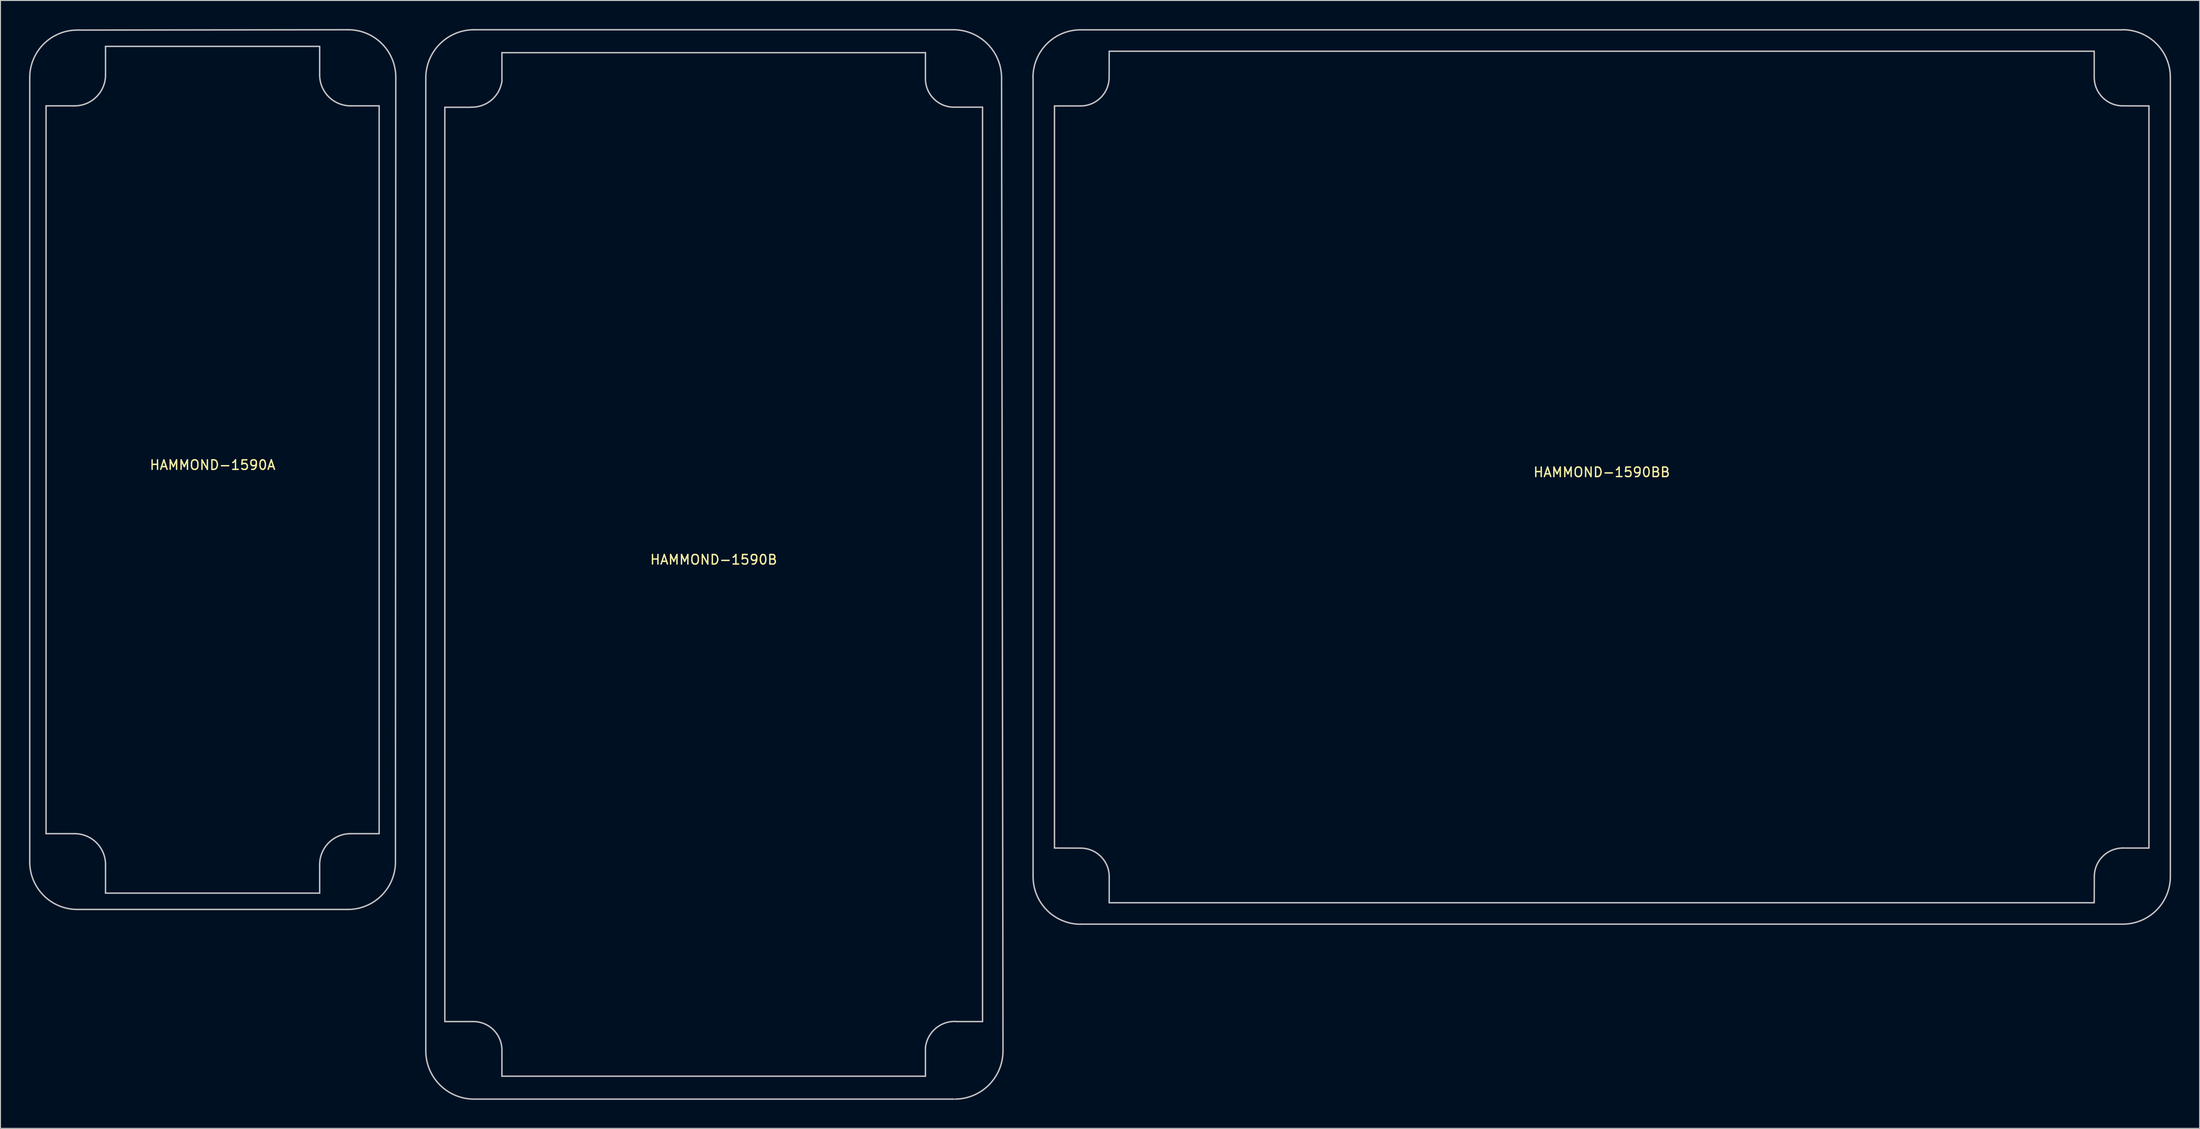
<source format=kicad_pcb>
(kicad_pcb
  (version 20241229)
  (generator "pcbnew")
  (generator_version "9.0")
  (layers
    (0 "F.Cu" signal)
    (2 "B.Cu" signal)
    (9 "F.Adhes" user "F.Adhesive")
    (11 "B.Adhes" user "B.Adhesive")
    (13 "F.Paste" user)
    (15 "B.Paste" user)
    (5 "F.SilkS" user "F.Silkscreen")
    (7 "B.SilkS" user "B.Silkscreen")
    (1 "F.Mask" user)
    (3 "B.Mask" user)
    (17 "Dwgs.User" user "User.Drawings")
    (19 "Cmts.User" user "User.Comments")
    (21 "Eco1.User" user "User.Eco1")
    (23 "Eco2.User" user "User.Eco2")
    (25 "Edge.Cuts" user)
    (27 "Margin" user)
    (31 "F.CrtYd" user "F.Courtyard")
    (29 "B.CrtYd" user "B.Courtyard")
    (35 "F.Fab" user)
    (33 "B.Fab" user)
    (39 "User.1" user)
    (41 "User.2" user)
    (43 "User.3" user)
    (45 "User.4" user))
  (footprint "HAMMOND-1590A"
    (layer "F.Cu")
    (at 19.289 46.325)
    (property "Reference" "HAMMOND-1590A" (at 0 -0.5 0) (unlocked yes) (layer "F.SilkS") (effects (font (size 1 1) (thickness 0.15))))
    (fp_line (start -19.214 -41.214) (end -19.214 41.214) (stroke (width 0.15) (type solid)) (layer "Dwgs.User"))
    (fp_line (start -17.5 -38.25) (end -17.5 38.25) (stroke (width 0.15) (type solid)) (layer "Dwgs.User"))
    (fp_line (start -17.5 -38.25) (end -14.5 -38.25) (stroke (width 0.15) (type solid)) (layer "Dwgs.User"))
    (fp_line (start -17.5 38.25) (end -14.5 38.25) (stroke (width 0.15) (type solid)) (layer "Dwgs.User"))
    (fp_line (start -14.214 46.214) (end 14.214 46.214) (stroke (width 0.15) (type solid)) (layer "Dwgs.User"))
    (fp_line (start -11.25 44.5) (end -11.25 41.5) (stroke (width 0.15) (type solid)) (layer "Dwgs.User"))
    (fp_line (start -11.25 -44.5) (end -11.25 -41.5) (stroke (width 0.15) (type solid)) (layer "Dwgs.User"))
    (fp_line (start -11.25 -44.5) (end 11.25 -44.5) (stroke (width 0.15) (type solid)) (layer "Dwgs.User"))
    (fp_line (start 11.25 44.5) (end -11.25 44.5) (stroke (width 0.15) (type solid)) (layer "Dwgs.User"))
    (fp_line (start 11.25 44.5) (end 11.25 41.5) (stroke (width 0.15) (type solid)) (layer "Dwgs.User"))
    (fp_line (start 11.25 -44.5) (end 11.25 -41.5) (stroke (width 0.15) (type solid)) (layer "Dwgs.User"))
    (fp_line (start 14.25 -46.25) (end -14.214 -46.214) (stroke (width 0.15) (type solid)) (layer "Dwgs.User"))
    (fp_line (start 17.5 38.25) (end 14.5 38.25) (stroke (width 0.15) (type solid)) (layer "Dwgs.User"))
    (fp_line (start 17.5 -38.25) (end 14.5 -38.25) (stroke (width 0.15) (type solid)) (layer "Dwgs.User"))
    (fp_line (start 17.5 38.25) (end 17.5 -38.25) (stroke (width 0.15) (type solid)) (layer "Dwgs.User"))
    (fp_line (start 19.214 41.214) (end 19.25 -41.25) (stroke (width 0.15) (type solid)) (layer "Dwgs.User"))
    (fp_arc (start -19.214465 -41.214468) (mid -17.750017 -44.75002) (end -14.214465 -46.214468) (stroke (width 0.15) (type solid)) (layer "Dwgs.User"))
    (fp_arc (start -14.499999 38.249998) (mid -12.201902 39.201901) (end -11.249999 41.499998) (stroke (width 0.15) (type solid)) (layer "Dwgs.User"))
    (fp_arc (start -14.214465 46.214464) (mid -17.750012 44.750011) (end -19.214465 41.214464) (stroke (width 0.15) (type solid)) (layer "Dwgs.User"))
    (fp_arc (start -11.25 -41.5) (mid -12.201903 -39.201903) (end -14.5 -38.25) (stroke (width 0.15) (type solid)) (layer "Dwgs.User"))
    (fp_arc (start 11.249999 41.499997) (mid 12.201902 39.2019) (end 14.499999 38.249997) (stroke (width 0.15) (type solid)) (layer "Dwgs.User"))
    (fp_arc (start 14.250001 -46.250002) (mid 17.785531 -44.785532) (end 19.250001 -41.250002) (stroke (width 0.15) (type solid)) (layer "Dwgs.User"))
    (fp_arc (start 14.499999 -38.250003) (mid 12.201902 -39.201906) (end 11.249999 -41.500003) (stroke (width 0.15) (type solid)) (layer "Dwgs.User"))
    (fp_arc (start 19.214467 41.214464) (mid 17.750002 44.749999) (end 14.214467 46.214464) (stroke (width 0.15) (type solid)) (layer "Dwgs.User")))
  (footprint "HAMMOND-1590BB"
    (layer "F.Cu")
    (at 165.251 47.085)
    (property "Reference" "HAMMOND-1590BB" (at 0 -0.5 0) (unlocked yes) (layer "F.SilkS") (effects (font (size 1 1) (thickness 0.15))))
    (fp_line (start -59.75 42) (end -59.75 -42) (stroke (width 0.15) (type solid)) (layer "Dwgs.User"))
    (fp_line (start -57.5 -39) (end -57.5 39) (stroke (width 0.15) (type solid)) (layer "Dwgs.User"))
    (fp_line (start -57.5 -39) (end -54.76 -39) (stroke (width 0.15) (type solid)) (layer "Dwgs.User"))
    (fp_line (start -57.5 39) (end -54.75 39.01) (stroke (width 0.15) (type solid)) (layer "Dwgs.User"))
    (fp_line (start -54.75 47) (end 54.75 47) (stroke (width 0.15) (type solid)) (layer "Dwgs.User"))
    (fp_line (start -51.75 -44.75) (end -51.76 -42) (stroke (width 0.15) (type solid)) (layer "Dwgs.User"))
    (fp_line (start -51.75 -44.75) (end 51.75 -44.75) (stroke (width 0.15) (type solid)) (layer "Dwgs.User"))
    (fp_line (start -51.75 44.75) (end -51.75 42.01) (stroke (width 0.15) (type solid)) (layer "Dwgs.User"))
    (fp_line (start -51.75 44.75) (end 51.75 44.75) (stroke (width 0.15) (type solid)) (layer "Dwgs.User"))
    (fp_line (start 51.75 -44.75) (end 51.75 -42.01) (stroke (width 0.15) (type solid)) (layer "Dwgs.User"))
    (fp_line (start 51.75 44.75) (end 51.76 42) (stroke (width 0.15) (type solid)) (layer "Dwgs.User"))
    (fp_line (start 54.75 -47) (end -54.75 -47) (stroke (width 0.15) (type solid)) (layer "Dwgs.User"))
    (fp_line (start 57.5 -39) (end 54.75 -39.01) (stroke (width 0.15) (type solid)) (layer "Dwgs.User"))
    (fp_line (start 57.5 39) (end 54.76 39) (stroke (width 0.15) (type solid)) (layer "Dwgs.User"))
    (fp_line (start 57.5 39) (end 57.5 -39) (stroke (width 0.15) (type solid)) (layer "Dwgs.User"))
    (fp_line (start 59.75 42) (end 59.75 -42) (stroke (width 0.15) (type solid)) (layer "Dwgs.User"))
    (fp_arc (start -59.760009 -42.000001) (mid -58.292003 -45.539075) (end -54.75 -47) (stroke (width 0.15) (type solid)) (layer "Dwgs.User"))
    (fp_arc (start -54.750001 39.01) (mid -52.628681 39.88868) (end -51.750001 42.01) (stroke (width 0.15) (type solid)) (layer "Dwgs.User"))
    (fp_arc (start -54.750001 47.010009) (mid -58.289075 45.542003) (end -59.75 42) (stroke (width 0.15) (type solid)) (layer "Dwgs.User"))
    (fp_arc (start -51.76 -42.000001) (mid -52.63868 -39.878681) (end -54.76 -39.000001) (stroke (width 0.15) (type solid)) (layer "Dwgs.User"))
    (fp_arc (start 51.76 42.000001) (mid 52.63868 39.878681) (end 54.76 39.000001) (stroke (width 0.15) (type solid)) (layer "Dwgs.User"))
    (fp_arc (start 54.75 -47.010009) (mid 58.289074 -45.542003) (end 59.749999 -42) (stroke (width 0.15) (type solid)) (layer "Dwgs.User"))
    (fp_arc (start 54.750001 -39.01) (mid 52.628681 -39.88868) (end 51.750001 -42.01) (stroke (width 0.15) (type solid)) (layer "Dwgs.User"))
    (fp_arc (start 59.75 42) (mid 58.281994 45.539074) (end 54.739991 46.999999) (stroke (width 0.15) (type solid)) (layer "Dwgs.User")))
  (footprint "HAMMOND-1590B"
    (layer "F.Cu")
    (at 71.94 56.275)
    (property "Reference" "HAMMOND-1590B" (at 0 -0.5 0) (unlocked yes) (layer "F.SilkS") (effects (font (size 1 1) (thickness 0.15))))
    (fp_line (start -30.25 -51.05) (end -30.25 51.05) (stroke (width 0.15) (type solid)) (layer "Dwgs.User"))
    (fp_line (start -28.25 -48.05) (end -28.25 48.05) (stroke (width 0.15) (type solid)) (layer "Dwgs.User"))
    (fp_line (start -28.25 -48.05) (end -25.51 -48.05) (stroke (width 0.15) (type solid)) (layer "Dwgs.User"))
    (fp_line (start -28.25 48.05) (end -25.25 48.05) (stroke (width 0.15) (type solid)) (layer "Dwgs.User"))
    (fp_line (start -25.25 56.2) (end 25.25 56.2) (stroke (width 0.15) (type solid)) (layer "Dwgs.User"))
    (fp_line (start -22.25 -53.8) (end -22.25 -50.8) (stroke (width 0.15) (type solid)) (layer "Dwgs.User"))
    (fp_line (start -22.25 -53.79) (end 22.25 -53.79) (stroke (width 0.15) (type solid)) (layer "Dwgs.User"))
    (fp_line (start -22.25 53.79) (end -22.25 51.05) (stroke (width 0.15) (type solid)) (layer "Dwgs.User"))
    (fp_line (start 22.25 -53.8) (end 22.25 -51.06) (stroke (width 0.15) (type solid)) (layer "Dwgs.User"))
    (fp_line (start 22.25 53.79) (end -22.25 53.79) (stroke (width 0.15) (type solid)) (layer "Dwgs.User"))
    (fp_line (start 22.25 53.8) (end 22.25 50.8) (stroke (width 0.15) (type solid)) (layer "Dwgs.User"))
    (fp_line (start 25.25 -56.2) (end -25.25 -56.2) (stroke (width 0.15) (type solid)) (layer "Dwgs.User"))
    (fp_line (start 28.25 -48.06) (end 25.25 -48.06) (stroke (width 0.15) (type solid)) (layer "Dwgs.User"))
    (fp_line (start 28.25 48.05) (end 25.51 48.05) (stroke (width 0.15) (type solid)) (layer "Dwgs.User"))
    (fp_line (start 28.25 48.05) (end 28.25 -48.05) (stroke (width 0.15) (type solid)) (layer "Dwgs.User"))
    (fp_line (start 30.4 51.05) (end 30.25 -51.05) (stroke (width 0.15) (type solid)) (layer "Dwgs.User"))
    (fp_arc (start -30.25 -51.05) (mid -28.8166 -54.660534) (end -25.25 -56.2) (stroke (width 0.15) (type solid)) (layer "Dwgs.User"))
    (fp_arc (start -25.25 48.05) (mid -23.12868 48.92868) (end -22.25 51.05) (stroke (width 0.15) (type solid)) (layer "Dwgs.User"))
    (fp_arc (start -25.25 56.2) (mid -28.8166 54.660534) (end -30.25 51.05) (stroke (width 0.15) (type solid)) (layer "Dwgs.User"))
    (fp_arc (start -22.250001 -50.8) (mid -23.354267 -48.8061) (end -25.509489 -48.064445) (stroke (width 0.15) (type solid)) (layer "Dwgs.User"))
    (fp_arc (start 22.250001 50.8) (mid 23.326613 48.765404) (end 25.510695 48.038455) (stroke (width 0.15) (type solid)) (layer "Dwgs.User"))
    (fp_arc (start 25.25 -56.2) (mid 28.8166 -54.660534) (end 30.25 -51.05) (stroke (width 0.15) (type solid)) (layer "Dwgs.User"))
    (fp_arc (start 25.25 -48.06) (mid 23.12868 -48.93868) (end 22.25 -51.06) (stroke (width 0.15) (type solid)) (layer "Dwgs.User"))
    (fp_arc (start 30.4 51.05) (mid 28.9666 54.660534) (end 25.4 56.2) (stroke (width 0.15) (type solid)) (layer "Dwgs.User")))
  (gr_rect
    (start -3 -3)
    (end 228.076 115.55)
    (stroke (width 0.1) (type default))
    (fill no)
    (layer "Edge.Cuts")))
</source>
